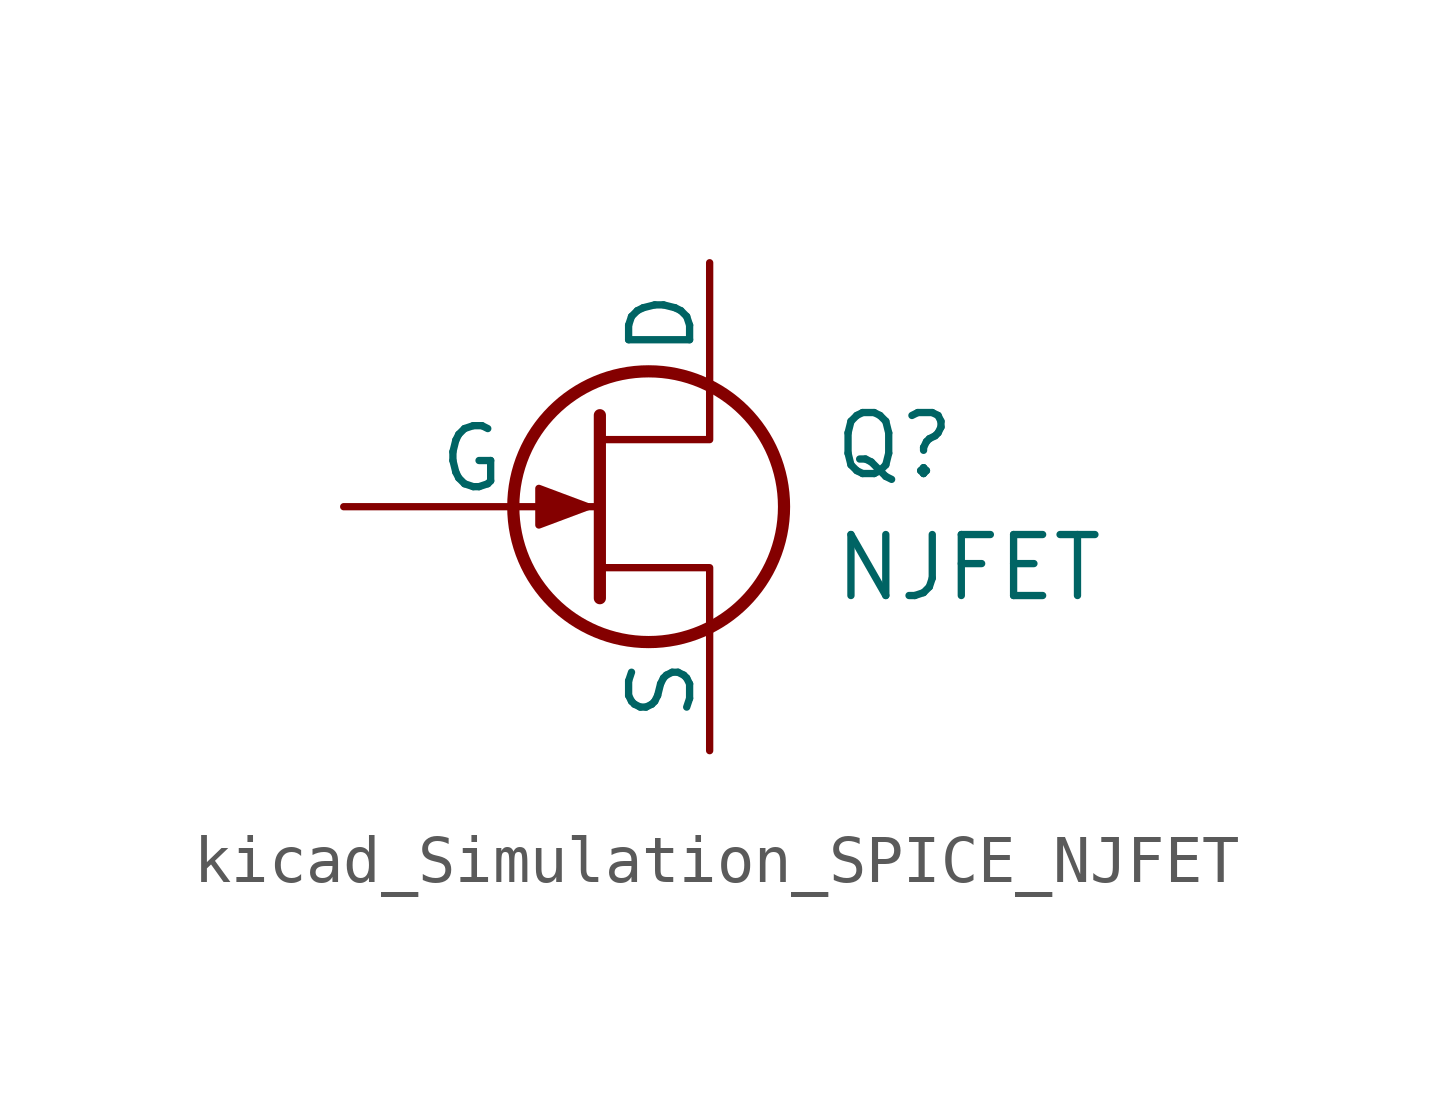
<source format=kicad_sym>
(kicad_symbol_lib
  (version 20220914)
  (generator kicad_symbol_editor)
  (symbol "kicad_Simulation_SPICE_NJFET"
    (pin_numbers hide)
    (pin_names
      (offset 0))
    (property "Reference" "Q"
      (at 5.08 1.27 0)
      (effects (font (size 1.27 1.27)) (justify left)))
    (property "Value" "NJFET"
      (at 5.08 -1.27 0)
      (effects (font (size 1.27 1.27)) (justify left)))
    (symbol "kicad_Simulation_SPICE_NJFET_0_1"
      (polyline (pts (xy 0.254 1.905) (xy 0.254 -1.905) (xy 0.254 -1.905)) (stroke (width 0.254) (type default)) (fill (type none)))
      (polyline (pts (xy 2.54 -2.54) (xy 2.54 -1.27) (xy 0.254 -1.27)) (stroke (width 0) (type default)) (fill (type none)))
      (polyline (pts (xy 2.54 2.54) (xy 2.54 1.397) (xy 0.254 1.397)) (stroke (width 0) (type default)) (fill (type none)))
      (polyline (pts (xy 0 0) (xy -1.016 0.381) (xy -1.016 -0.381) (xy 0 0)) (stroke (width 0) (type default)) (fill (type outline)))
      (circle (center 1.27 0) (radius 2.819) (stroke (width 0.254) (type default)) (fill (type none))))
    (symbol "kicad_Simulation_SPICE_NJFET_1_1"
      (pin passive line (at 2.54 5.08 270) (length 2.54) (name "D" (effects (font (size 1.27 1.27)))) (number "1" (effects (font (size 1.27 1.27)))))
      (pin input line (at -5.08 0 0) (length 5.334) (name "G" (effects (font (size 1.27 1.27)))) (number "2" (effects (font (size 1.27 1.27)))))
      (pin passive line (at 2.54 -5.08 90) (length 2.54) (name "S" (effects (font (size 1.27 1.27)))) (number "3" (effects (font (size 1.27 1.27))))))))
</source>
